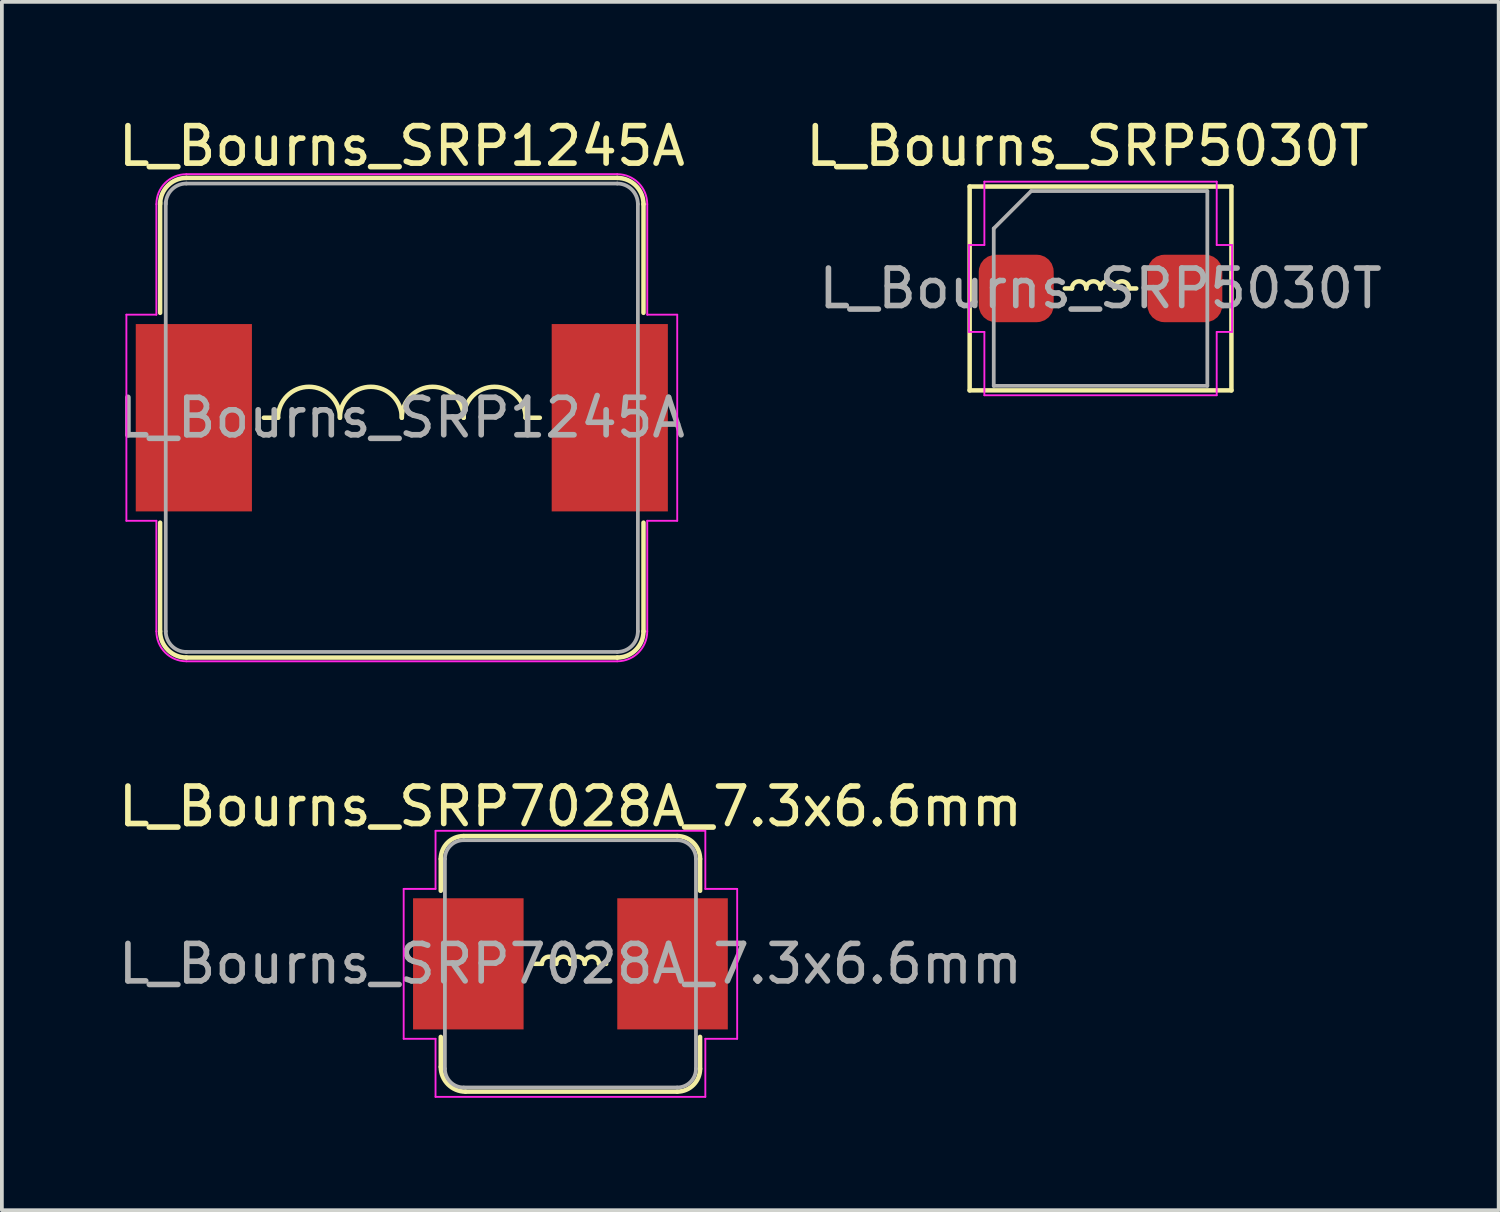
<source format=kicad_pcb>
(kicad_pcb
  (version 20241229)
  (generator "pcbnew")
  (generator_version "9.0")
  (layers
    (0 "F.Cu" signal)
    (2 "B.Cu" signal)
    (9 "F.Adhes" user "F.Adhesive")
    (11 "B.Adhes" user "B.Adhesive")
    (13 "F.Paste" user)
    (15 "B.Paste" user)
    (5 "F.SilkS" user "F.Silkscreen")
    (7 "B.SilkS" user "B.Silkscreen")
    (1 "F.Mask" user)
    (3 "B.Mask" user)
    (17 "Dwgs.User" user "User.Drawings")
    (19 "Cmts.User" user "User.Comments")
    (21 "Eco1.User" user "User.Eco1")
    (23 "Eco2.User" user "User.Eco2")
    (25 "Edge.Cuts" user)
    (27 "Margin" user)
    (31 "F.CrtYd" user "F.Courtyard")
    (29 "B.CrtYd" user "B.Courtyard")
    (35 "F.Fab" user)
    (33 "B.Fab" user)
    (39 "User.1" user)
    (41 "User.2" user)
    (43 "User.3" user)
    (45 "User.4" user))
  (footprint "L_Bourns_SRP5030T"
    (layer "F.Cu")
    (at 26.32 4.648)
    (property "Reference" "L_Bourns_SRP5030T" (at -0.35 -3.8 0) (layer "F.SilkS") (effects (font (size 1 1) (thickness 0.15))))
    (attr smd)
    (fp_line (start -3.493 -2.72) (end 3.493 -2.72) (stroke (width 0.12) (type solid)) (layer "F.SilkS"))
    (fp_line (start -3.493 2.72) (end -3.493 -2.72) (stroke (width 0.12) (type solid)) (layer "F.SilkS"))
    (fp_line (start -3.493 2.72) (end 3.493 2.72) (stroke (width 0.12) (type solid)) (layer "F.SilkS"))
    (fp_line (start -0.953 0) (end -0.762 0) (stroke (width 0.12) (type solid)) (layer "F.SilkS"))
    (fp_line (start 0.762 0) (end 0.953 0) (stroke (width 0.12) (type solid)) (layer "F.SilkS"))
    (fp_line (start 3.493 -2.72) (end 3.493 2.72) (stroke (width 0.12) (type solid)) (layer "F.SilkS"))
    (fp_arc (start -0.762 0) (mid -0.5715 -0.1905) (end -0.381 0) (stroke (width 0.12) (type solid)) (layer "F.SilkS"))
    (fp_arc (start -0.381 0) (mid -0.1905 -0.1905) (end 0 0) (stroke (width 0.12) (type solid)) (layer "F.SilkS"))
    (fp_arc (start 0 0) (mid 0.1905 -0.1905) (end 0.381 0) (stroke (width 0.12) (type solid)) (layer "F.SilkS"))
    (fp_arc (start 0.381 0) (mid 0.5715 -0.1905) (end 0.762 0) (stroke (width 0.12) (type solid)) (layer "F.SilkS"))
    (fp_line (start -3.51 -1.16) (end -3.51 1.16) (stroke (width 0.05) (type solid)) (layer "F.CrtYd"))
    (fp_line (start -3.51 1.16) (end -3.1 1.16) (stroke (width 0.05) (type solid)) (layer "F.CrtYd"))
    (fp_line (start -3.1 -2.85) (end -3.1 -1.16) (stroke (width 0.05) (type solid)) (layer "F.CrtYd"))
    (fp_line (start -3.1 -2.85) (end 3.1 -2.85) (stroke (width 0.05) (type solid)) (layer "F.CrtYd"))
    (fp_line (start -3.1 -1.16) (end -3.51 -1.16) (stroke (width 0.05) (type solid)) (layer "F.CrtYd"))
    (fp_line (start -3.1 1.16) (end -3.1 2.85) (stroke (width 0.05) (type solid)) (layer "F.CrtYd"))
    (fp_line (start -3.1 2.85) (end 3.1 2.85) (stroke (width 0.05) (type solid)) (layer "F.CrtYd"))
    (fp_line (start 3.1 -2.85) (end 3.1 -1.16) (stroke (width 0.05) (type solid)) (layer "F.CrtYd"))
    (fp_line (start 3.1 -1.16) (end 3.51 -1.16) (stroke (width 0.05) (type solid)) (layer "F.CrtYd"))
    (fp_line (start 3.1 1.16) (end 3.1 2.85) (stroke (width 0.05) (type solid)) (layer "F.CrtYd"))
    (fp_line (start 3.51 -1.16) (end 3.51 1.16) (stroke (width 0.05) (type solid)) (layer "F.CrtYd"))
    (fp_line (start 3.51 1.16) (end 3.1 1.16) (stroke (width 0.05) (type solid)) (layer "F.CrtYd"))
    (fp_line (start -2.85 -1.6) (end -1.85 -2.6) (stroke (width 0.1) (type solid)) (layer "F.Fab"))
    (fp_line (start -2.85 2.6) (end -2.85 -1.6) (stroke (width 0.1) (type solid)) (layer "F.Fab"))
    (fp_line (start -1.85 -2.6) (end 2.85 -2.6) (stroke (width 0.1) (type solid)) (layer "F.Fab"))
    (fp_line (start 2.85 -2.6) (end 2.85 2.6) (stroke (width 0.1) (type solid)) (layer "F.Fab"))
    (fp_line (start 2.85 2.6) (end -2.85 2.6) (stroke (width 0.1) (type solid)) (layer "F.Fab"))
    (fp_text user "${REFERENCE}" (at 0 0 0) (layer "F.Fab") (effects (font (size 1 1) (thickness 0.15))))
    (pad "1" smd roundrect (at -2.25 0) (size 2 1.8) (layers "F.Cu" "F.Mask" "F.Paste") (roundrect_rratio 0.25))
    (pad "2" smd roundrect (at 2.25 0) (size 2 1.8) (layers "F.Cu" "F.Mask" "F.Paste") (roundrect_rratio 0.25)))
  (footprint "L_Bourns_SRP1245A"
    (layer "F.Cu")
    (at 7.673 8.098)
    (property "Reference" "L_Bourns_SRP1245A" (at 0 -7.25 0) (layer "F.SilkS") (effects (font (size 1 1) (thickness 0.15))))
    (attr smd)
    (fp_line (start -6.45 -5.75) (end -6.45 -2.8) (stroke (width 0.12) (type solid)) (layer "F.SilkS"))
    (fp_line (start -6.45 2.8) (end -6.45 5.7) (stroke (width 0.12) (type solid)) (layer "F.SilkS"))
    (fp_line (start -5.75 -6.4) (end 5.75 -6.4) (stroke (width 0.12) (type solid)) (layer "F.SilkS"))
    (fp_line (start -3.683 0) (end -3.302 0) (stroke (width 0.12) (type solid)) (layer "F.SilkS"))
    (fp_line (start 3.302 0) (end 3.683 0) (stroke (width 0.12) (type solid)) (layer "F.SilkS"))
    (fp_line (start 5.75 6.4) (end -5.75 6.4) (stroke (width 0.12) (type solid)) (layer "F.SilkS"))
    (fp_line (start 6.45 -5.7) (end 6.45 -2.8) (stroke (width 0.12) (type solid)) (layer "F.SilkS"))
    (fp_line (start 6.45 2.8) (end 6.45 5.7) (stroke (width 0.12) (type solid)) (layer "F.SilkS"))
    (fp_arc (start -6.45 -5.7) (mid -6.244975 -6.194975) (end -5.75 -6.4) (stroke (width 0.12) (type solid)) (layer "F.SilkS"))
    (fp_arc (start -5.75 6.4) (mid -6.244975 6.194975) (end -6.45 5.7) (stroke (width 0.12) (type solid)) (layer "F.SilkS"))
    (fp_arc (start -3.302 0) (mid -2.4765 -0.8255) (end -1.651 0) (stroke (width 0.12) (type solid)) (layer "F.SilkS"))
    (fp_arc (start -1.651 0) (mid -0.8255 -0.8255) (end 0 0) (stroke (width 0.12) (type solid)) (layer "F.SilkS"))
    (fp_arc (start 0 0) (mid 0.8255 -0.8255) (end 1.651 0) (stroke (width 0.12) (type solid)) (layer "F.SilkS"))
    (fp_arc (start 1.651 0) (mid 2.4765 -0.8255) (end 3.302 0) (stroke (width 0.12) (type solid)) (layer "F.SilkS"))
    (fp_arc (start 5.75 -6.4) (mid 6.244975 -6.194975) (end 6.45 -5.7) (stroke (width 0.12) (type solid)) (layer "F.SilkS"))
    (fp_arc (start 6.45 5.7) (mid 6.244975 6.194975) (end 5.75 6.4) (stroke (width 0.12) (type solid)) (layer "F.SilkS"))
    (fp_line (start -7.35 -2.75) (end -6.55 -2.75) (stroke (width 0.05) (type solid)) (layer "F.CrtYd"))
    (fp_line (start -7.35 2.75) (end -7.35 -2.75) (stroke (width 0.05) (type solid)) (layer "F.CrtYd"))
    (fp_line (start -7.35 2.75) (end -6.55 2.75) (stroke (width 0.05) (type solid)) (layer "F.CrtYd"))
    (fp_line (start -6.55 -2.75) (end -6.55 -5.7) (stroke (width 0.05) (type solid)) (layer "F.CrtYd"))
    (fp_line (start -6.55 5.7) (end -6.55 2.75) (stroke (width 0.05) (type solid)) (layer "F.CrtYd"))
    (fp_line (start -5.75 -6.5) (end 5.75 -6.5) (stroke (width 0.05) (type solid)) (layer "F.CrtYd"))
    (fp_line (start 5.75 6.5) (end -5.75 6.5) (stroke (width 0.05) (type solid)) (layer "F.CrtYd"))
    (fp_line (start 6.55 -5.7) (end 6.55 -2.75) (stroke (width 0.05) (type solid)) (layer "F.CrtYd"))
    (fp_line (start 6.55 2.75) (end 6.55 5.7) (stroke (width 0.05) (type solid)) (layer "F.CrtYd"))
    (fp_line (start 7.35 -2.75) (end 6.55 -2.75) (stroke (width 0.05) (type solid)) (layer "F.CrtYd"))
    (fp_line (start 7.35 -2.75) (end 7.35 2.75) (stroke (width 0.05) (type solid)) (layer "F.CrtYd"))
    (fp_line (start 7.35 2.75) (end 6.55 2.75) (stroke (width 0.05) (type solid)) (layer "F.CrtYd"))
    (fp_arc (start -6.55 -5.7) (mid -6.315685 -6.265685) (end -5.75 -6.5) (stroke (width 0.05) (type solid)) (layer "F.CrtYd"))
    (fp_arc (start -5.75 6.5) (mid -6.315685 6.265685) (end -6.55 5.7) (stroke (width 0.05) (type solid)) (layer "F.CrtYd"))
    (fp_arc (start 5.75 -6.5) (mid 6.315685 -6.265685) (end 6.55 -5.7) (stroke (width 0.05) (type solid)) (layer "F.CrtYd"))
    (fp_arc (start 6.55 5.7) (mid 6.315685 6.265685) (end 5.75 6.5) (stroke (width 0.05) (type solid)) (layer "F.CrtYd"))
    (fp_line (start -6.3 -5.75) (end -6.3 5.7) (stroke (width 0.1) (type solid)) (layer "F.Fab"))
    (fp_line (start -5.75 -6.25) (end 5.75 -6.25) (stroke (width 0.1) (type solid)) (layer "F.Fab"))
    (fp_line (start 5.75 6.25) (end -5.75 6.25) (stroke (width 0.1) (type solid)) (layer "F.Fab"))
    (fp_line (start 6.3 -5.7) (end 6.3 5.7) (stroke (width 0.1) (type solid)) (layer "F.Fab"))
    (fp_arc (start -6.3 -5.7) (mid -6.138909 -6.088909) (end -5.75 -6.25) (stroke (width 0.1) (type solid)) (layer "F.Fab"))
    (fp_arc (start -5.75 6.25) (mid -6.138909 6.088909) (end -6.3 5.7) (stroke (width 0.1) (type solid)) (layer "F.Fab"))
    (fp_arc (start 5.75 -6.25) (mid 6.138909 -6.088909) (end 6.3 -5.7) (stroke (width 0.1) (type solid)) (layer "F.Fab"))
    (fp_arc (start 6.3 5.7) (mid 6.138909 6.088909) (end 5.75 6.25) (stroke (width 0.1) (type solid)) (layer "F.Fab"))
    (fp_text user "${REFERENCE}" (at 0 0 0) (layer "F.Fab") (effects (font (size 1 1) (thickness 0.15))))
    (pad "1" smd rect (at -5.55 0) (size 3.1 5) (layers "F.Cu" "F.Mask" "F.Paste"))
    (pad "2" smd rect (at 5.55 0) (size 3.1 5) (layers "F.Cu" "F.Mask" "F.Paste")))
  (footprint "L_Bourns_SRP7028A_7.3x6.6mm"
    (layer "F.Cu")
    (at 12.173 22.672)
    (property "Reference" "L_Bourns_SRP7028A_7.3x6.6mm" (at 0 -4.2 0) (layer "F.SilkS") (effects (font (size 1 1) (thickness 0.15))))
    (attr smd)
    (fp_line (start -3.46 -1.95) (end -3.46 -2.8) (stroke (width 0.12) (type solid)) (layer "F.SilkS"))
    (fp_line (start -3.46 2.75) (end -3.46 1.95) (stroke (width 0.12) (type solid)) (layer "F.SilkS"))
    (fp_line (start -2.85 -3.41) (end 2.85 -3.41) (stroke (width 0.12) (type solid)) (layer "F.SilkS"))
    (fp_line (start -0.953 0) (end -0.762 0) (stroke (width 0.12) (type solid)) (layer "F.SilkS"))
    (fp_line (start 0.762 0) (end 0.953 0) (stroke (width 0.12) (type solid)) (layer "F.SilkS"))
    (fp_line (start 2.85 3.41) (end -2.8 3.41) (stroke (width 0.12) (type solid)) (layer "F.SilkS"))
    (fp_line (start 3.46 -2.8) (end 3.46 -1.95) (stroke (width 0.12) (type solid)) (layer "F.SilkS"))
    (fp_line (start 3.46 1.95) (end 3.46 2.8) (stroke (width 0.12) (type solid)) (layer "F.SilkS"))
    (fp_arc (start -3.46 -2.8) (mid -3.281335 -3.231335) (end -2.85 -3.41) (stroke (width 0.12) (type solid)) (layer "F.SilkS"))
    (fp_arc (start -2.8 3.41) (mid -3.26669 3.21669) (end -3.46 2.75) (stroke (width 0.12) (type solid)) (layer "F.SilkS"))
    (fp_arc (start -0.762 0) (mid -0.5715 -0.1905) (end -0.381 0) (stroke (width 0.12) (type solid)) (layer "F.SilkS"))
    (fp_arc (start -0.381 0) (mid -0.1905 -0.1905) (end 0 0) (stroke (width 0.12) (type solid)) (layer "F.SilkS"))
    (fp_arc (start 0 0) (mid 0.1905 -0.1905) (end 0.381 0) (stroke (width 0.12) (type solid)) (layer "F.SilkS"))
    (fp_arc (start 0.381 0) (mid 0.5715 -0.1905) (end 0.762 0) (stroke (width 0.12) (type solid)) (layer "F.SilkS"))
    (fp_arc (start 2.85 -3.41) (mid 3.281335 -3.231335) (end 3.46 -2.8) (stroke (width 0.12) (type solid)) (layer "F.SilkS"))
    (fp_arc (start 3.46 2.8) (mid 3.281335 3.231335) (end 2.85 3.41) (stroke (width 0.12) (type solid)) (layer "F.SilkS"))
    (fp_line (start -4.45 -2) (end -3.6 -2) (stroke (width 0.05) (type solid)) (layer "F.CrtYd"))
    (fp_line (start -4.45 2) (end -4.45 -2) (stroke (width 0.05) (type solid)) (layer "F.CrtYd"))
    (fp_line (start -3.6 -3.55) (end 3.6 -3.55) (stroke (width 0.05) (type solid)) (layer "F.CrtYd"))
    (fp_line (start -3.6 -2) (end -3.6 -3.55) (stroke (width 0.05) (type solid)) (layer "F.CrtYd"))
    (fp_line (start -3.6 2) (end -4.45 2) (stroke (width 0.05) (type solid)) (layer "F.CrtYd"))
    (fp_line (start -3.6 3.55) (end -3.6 2) (stroke (width 0.05) (type solid)) (layer "F.CrtYd"))
    (fp_line (start 3.6 -3.55) (end 3.6 -2) (stroke (width 0.05) (type solid)) (layer "F.CrtYd"))
    (fp_line (start 3.6 -2) (end 4.45 -2) (stroke (width 0.05) (type solid)) (layer "F.CrtYd"))
    (fp_line (start 3.6 2) (end 3.6 3.55) (stroke (width 0.05) (type solid)) (layer "F.CrtYd"))
    (fp_line (start 3.6 3.55) (end -3.6 3.55) (stroke (width 0.05) (type solid)) (layer "F.CrtYd"))
    (fp_line (start 4.45 -2) (end 4.45 2) (stroke (width 0.05) (type solid)) (layer "F.CrtYd"))
    (fp_line (start 4.45 2) (end 3.6 2) (stroke (width 0.05) (type solid)) (layer "F.CrtYd"))
    (fp_line (start -3.35 2.8) (end -3.35 -2.8) (stroke (width 0.1) (type solid)) (layer "F.Fab"))
    (fp_line (start -2.85 -3.3) (end 2.85 -3.3) (stroke (width 0.1) (type solid)) (layer "F.Fab"))
    (fp_line (start 2.85 3.3) (end -2.85 3.3) (stroke (width 0.1) (type solid)) (layer "F.Fab"))
    (fp_line (start 3.35 -2.8) (end 3.35 2.8) (stroke (width 0.1) (type solid)) (layer "F.Fab"))
    (fp_arc (start -3.35 -2.8) (mid -3.203553 -3.153553) (end -2.85 -3.3) (stroke (width 0.1) (type solid)) (layer "F.Fab"))
    (fp_arc (start -2.85 3.3) (mid -3.203553 3.153553) (end -3.35 2.8) (stroke (width 0.1) (type solid)) (layer "F.Fab"))
    (fp_arc (start 2.85 -3.3) (mid 3.203553 -3.153553) (end 3.35 -2.8) (stroke (width 0.1) (type solid)) (layer "F.Fab"))
    (fp_arc (start 3.35 2.8) (mid 3.203553 3.153553) (end 2.85 3.3) (stroke (width 0.1) (type solid)) (layer "F.Fab"))
    (fp_text user "${REFERENCE}" (at 0 0 0) (layer "F.Fab") (effects (font (size 1 1) (thickness 0.15))))
    (pad "1" smd rect (at -2.725 0) (size 2.95 3.5) (layers "F.Cu" "F.Mask" "F.Paste"))
    (pad "2" smd rect (at 2.725 0) (size 2.95 3.5) (layers "F.Cu" "F.Mask" "F.Paste")))
  (gr_rect
    (start -3 -3)
    (end 36.945 29.247)
    (stroke (width 0.1) (type default))
    (fill no)
    (layer "Edge.Cuts")))
</source>
